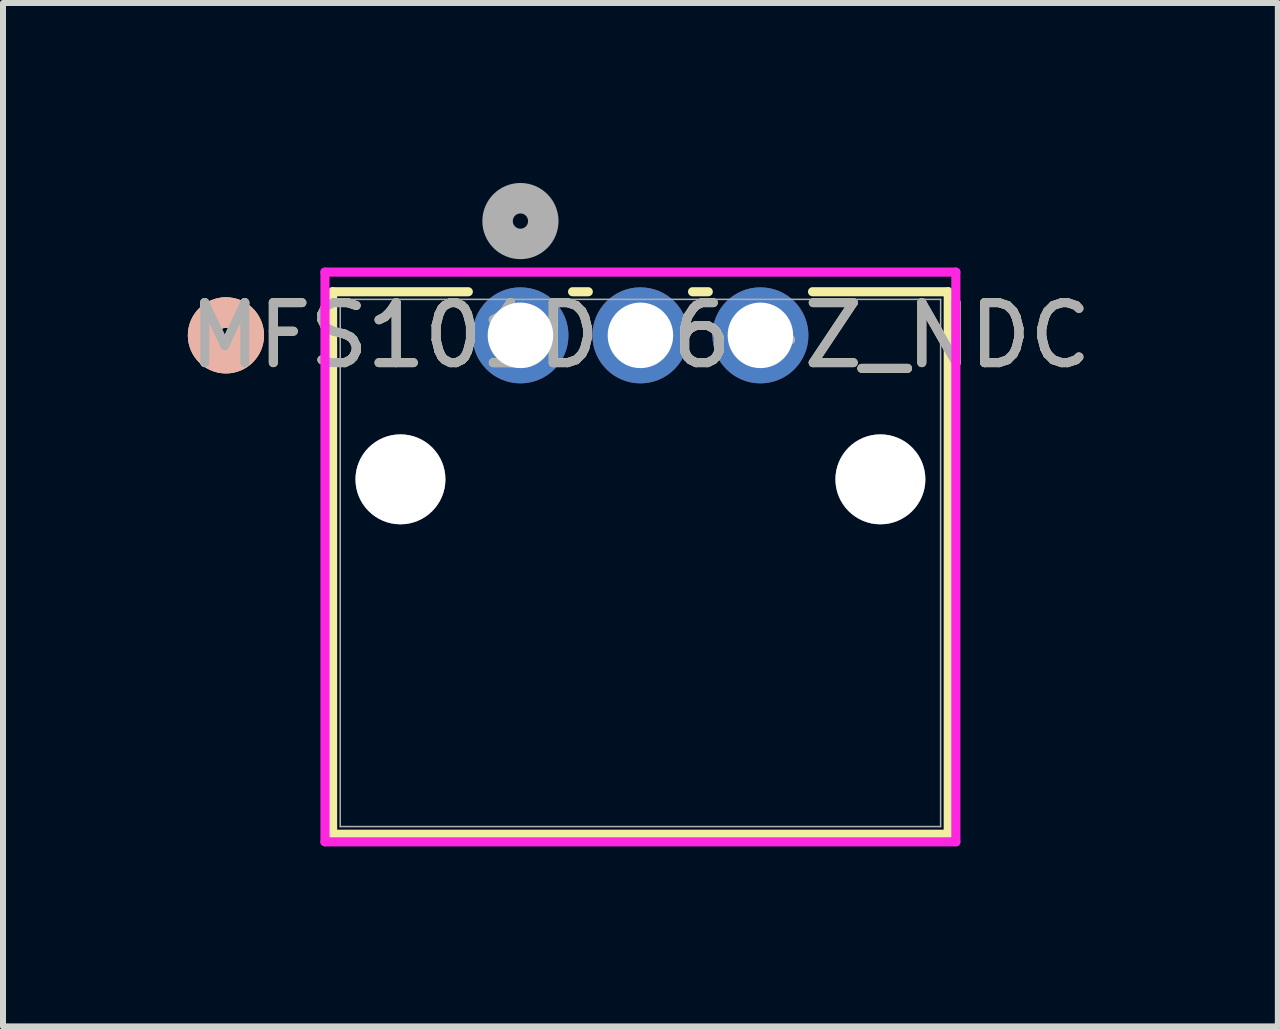
<source format=kicad_pcb>
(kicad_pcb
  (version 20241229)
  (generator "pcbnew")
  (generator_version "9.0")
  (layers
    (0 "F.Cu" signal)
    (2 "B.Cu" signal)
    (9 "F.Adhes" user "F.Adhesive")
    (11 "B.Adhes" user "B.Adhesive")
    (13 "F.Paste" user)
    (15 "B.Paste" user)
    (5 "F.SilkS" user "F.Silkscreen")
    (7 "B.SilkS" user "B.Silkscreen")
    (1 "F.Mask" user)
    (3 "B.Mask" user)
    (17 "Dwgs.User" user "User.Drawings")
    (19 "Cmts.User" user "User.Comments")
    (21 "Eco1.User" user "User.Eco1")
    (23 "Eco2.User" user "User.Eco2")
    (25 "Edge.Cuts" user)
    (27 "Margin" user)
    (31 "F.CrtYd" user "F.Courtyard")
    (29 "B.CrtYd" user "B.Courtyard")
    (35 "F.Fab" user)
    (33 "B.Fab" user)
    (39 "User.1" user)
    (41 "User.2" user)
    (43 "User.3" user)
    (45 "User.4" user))
  (footprint "MFS101D-6-Z_NDC"
    (layer "F.Cu")
    (at 5.625 2.54)
    (property "Reference" "MFS101D-6-Z_NDC" (at 2 0 0) (unlocked yes) (layer "F.SilkS") (effects (font (size 1 1) (thickness 0.15))))
    (attr through_hole)
    (fp_line (start -3.131 -0.727) (end -3.131 8.315) (stroke (width 0.152) (type solid)) (layer "F.SilkS"))
    (fp_line (start -3.131 8.315) (end 7.131 8.315) (stroke (width 0.152) (type solid)) (layer "F.SilkS"))
    (fp_line (start -0.869 -0.727) (end -3.131 -0.727) (stroke (width 0.152) (type solid)) (layer "F.SilkS"))
    (fp_line (start 1.131 -0.727) (end 0.869 -0.727) (stroke (width 0.152) (type solid)) (layer "F.SilkS"))
    (fp_line (start 3.131 -0.727) (end 2.869 -0.727) (stroke (width 0.152) (type solid)) (layer "F.SilkS"))
    (fp_line (start 7.131 -0.727) (end 4.869 -0.727) (stroke (width 0.152) (type solid)) (layer "F.SilkS"))
    (fp_line (start 7.131 8.315) (end 7.131 -0.727) (stroke (width 0.152) (type solid)) (layer "F.SilkS"))
    (fp_circle (center -4.909 0) (end -4.528 0) (stroke (width 0.508) (type solid)) (fill no) (layer "F.SilkS"))
    (fp_circle (center -4.909 0) (end -4.528 0) (stroke (width 0.508) (type solid)) (fill no) (layer "B.SilkS"))
    (fp_line (start -3.258 -1.054) (end -3.258 8.442) (stroke (width 0.152) (type solid)) (layer "F.CrtYd"))
    (fp_line (start -3.258 8.442) (end 7.258 8.442) (stroke (width 0.152) (type solid)) (layer "F.CrtYd"))
    (fp_line (start 7.258 -1.054) (end -3.258 -1.054) (stroke (width 0.152) (type solid)) (layer "F.CrtYd"))
    (fp_line (start 7.258 8.442) (end 7.258 -1.054) (stroke (width 0.152) (type solid)) (layer "F.CrtYd"))
    (fp_line (start -3.004 -0.6) (end -3.004 8.188) (stroke (width 0.025) (type solid)) (layer "F.Fab"))
    (fp_line (start -3.004 8.188) (end 7.004 8.188) (stroke (width 0.025) (type solid)) (layer "F.Fab"))
    (fp_line (start 7.004 -0.6) (end -3.004 -0.6) (stroke (width 0.025) (type solid)) (layer "F.Fab"))
    (fp_line (start 7.004 8.188) (end 7.004 -0.6) (stroke (width 0.025) (type solid)) (layer "F.Fab"))
    (fp_circle (center 0 -1.905) (end 0.381 -1.905) (stroke (width 0.508) (type solid)) (fill no) (layer "F.Fab"))
    (fp_text user "${REFERENCE}" (at 2 0 0) (unlocked yes) (layer "F.Fab") (effects (font (size 1 1) (thickness 0.15))))
    (pad "1" thru_hole circle (at -0.000001 0) (size 1.6 1.6) (drill 1.092) (layers "*.Cu" "*.Mask"))
    (pad "2" thru_hole circle (at 2 0) (size 1.6 1.6) (drill 1.092) (layers "*.Cu" "*.Mask"))
    (pad "3" thru_hole circle (at 4 0) (size 1.6 1.6) (drill 1.092) (layers "*.Cu" "*.Mask"))
    (pad "4" thru_hole circle (at -2 2.4) (size 1.499 1.499) (drill 1.499) (layers "*.Cu" "*.Mask"))
    (pad "5" thru_hole circle (at 6 2.4) (size 1.499 1.499) (drill 1.499) (layers "*.Cu" "*.Mask")))
  (gr_rect
    (start -3 -3)
    (end 18.25 14.059)
    (stroke (width 0.1) (type default))
    (fill no)
    (layer "Edge.Cuts")))
</source>
